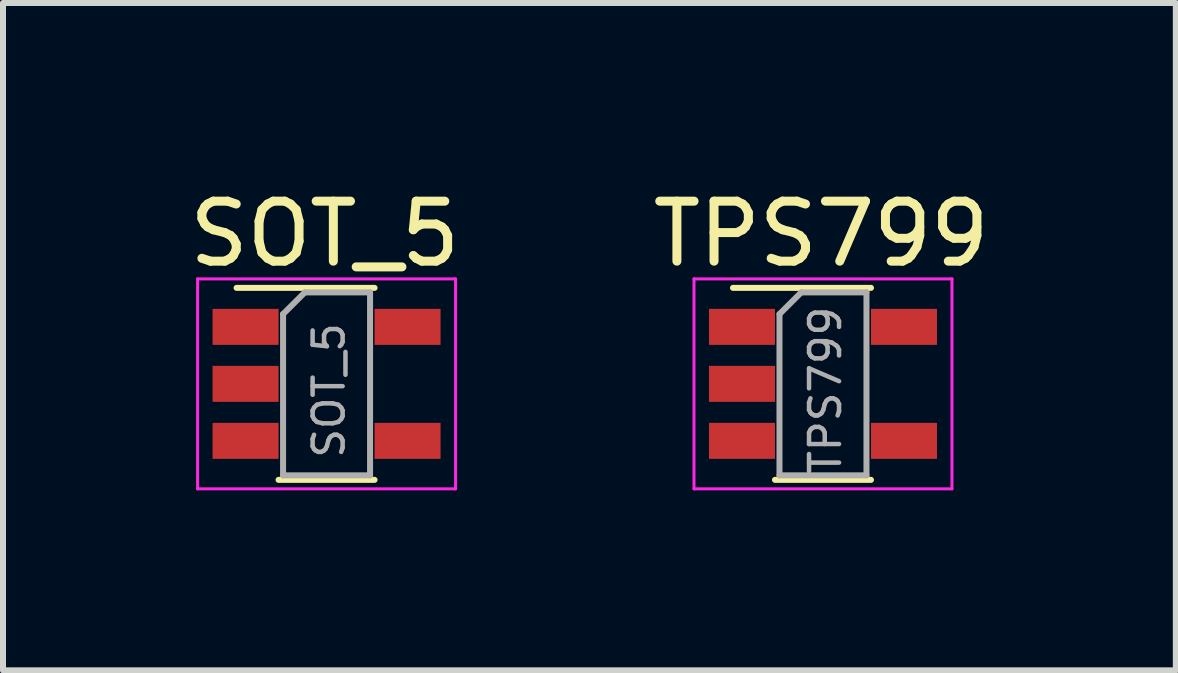
<source format=kicad_pcb>
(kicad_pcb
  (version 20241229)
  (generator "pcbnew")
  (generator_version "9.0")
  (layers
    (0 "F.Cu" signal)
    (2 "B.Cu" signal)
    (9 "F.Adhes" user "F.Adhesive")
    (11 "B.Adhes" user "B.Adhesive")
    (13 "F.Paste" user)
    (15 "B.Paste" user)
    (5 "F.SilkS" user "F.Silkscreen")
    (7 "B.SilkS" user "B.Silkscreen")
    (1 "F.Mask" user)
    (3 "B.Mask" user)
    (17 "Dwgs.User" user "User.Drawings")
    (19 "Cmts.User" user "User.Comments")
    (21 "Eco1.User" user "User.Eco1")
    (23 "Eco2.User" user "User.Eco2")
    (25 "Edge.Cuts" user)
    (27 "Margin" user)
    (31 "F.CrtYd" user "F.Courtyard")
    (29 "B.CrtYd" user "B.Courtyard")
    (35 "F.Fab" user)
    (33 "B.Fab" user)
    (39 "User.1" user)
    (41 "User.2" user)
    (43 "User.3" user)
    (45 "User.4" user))
  (footprint "SOT_5"
    (layer "F.Cu")
    (at 2.393 3.348)
    (property "Reference" "SOT_5" (at -0.03 -2.5 0) (layer "F.SilkS") (effects (font (size 1 1) (thickness 0.15))))
    (attr through_hole)
    (fp_line (start 0.8 -1.6) (end -1.5 -1.6) (stroke (width 0.1) (type solid)) (layer "F.SilkS"))
    (fp_line (start 0.8 1.6) (end -0.8 1.6) (stroke (width 0.1) (type solid)) (layer "F.SilkS"))
    (fp_line (start -2.15 -1.75) (end -2.15 1.75) (stroke (width 0.05) (type solid)) (layer "F.CrtYd"))
    (fp_line (start -2.15 -1.75) (end 2.15 -1.75) (stroke (width 0.05) (type solid)) (layer "F.CrtYd"))
    (fp_line (start -2.15 1.75) (end 2.15 1.75) (stroke (width 0.05) (type solid)) (layer "F.CrtYd"))
    (fp_line (start 2.15 -1.75) (end 2.15 1.75) (stroke (width 0.05) (type solid)) (layer "F.CrtYd"))
    (fp_line (start -0.725 -1.163) (end -0.362 -1.525) (stroke (width 0.1) (type solid)) (layer "F.Fab"))
    (fp_line (start -0.725 1.525) (end -0.725 -1.163) (stroke (width 0.1) (type solid)) (layer "F.Fab"))
    (fp_line (start -0.725 1.525) (end 0.725 1.525) (stroke (width 0.1) (type solid)) (layer "F.Fab"))
    (fp_line (start -0.362 -1.525) (end 0.725 -1.525) (stroke (width 0.1) (type solid)) (layer "F.Fab"))
    (fp_line (start 0.725 1.525) (end 0.725 -1.525) (stroke (width 0.1) (type solid)) (layer "F.Fab"))
    (fp_text user "${REFERENCE}" (at 0.04 0.11 90) (layer "F.Fab") (effects (font (size 0.5 0.5) (thickness 0.075))))
    (pad "1" smd rect (at -1.35 -0.95) (size 1.1 0.6) (layers "F.Cu" "F.Mask" "F.Paste"))
    (pad "2" smd rect (at -1.35 0) (size 1.1 0.6) (layers "F.Cu" "F.Mask" "F.Paste"))
    (pad "3" smd rect (at -1.35 0.95) (size 1.1 0.6) (layers "F.Cu" "F.Mask" "F.Paste"))
    (pad "4" smd rect (at 1.35 0.95) (size 1.1 0.6) (layers "F.Cu" "F.Mask" "F.Paste"))
    (pad "5" smd rect (at 1.35 -0.95) (size 1.1 0.6) (layers "F.Cu" "F.Mask" "F.Paste")))
  (footprint "TPS799"
    (layer "F.Cu")
    (at 10.667 3.348)
    (property "Reference" "TPS799" (at -0.03 -2.5 0) (layer "F.SilkS") (effects (font (size 1 1) (thickness 0.15))))
    (attr through_hole)
    (fp_line (start 0.8 -1.6) (end -1.5 -1.6) (stroke (width 0.1) (type solid)) (layer "F.SilkS"))
    (fp_line (start 0.8 1.6) (end -0.8 1.6) (stroke (width 0.1) (type solid)) (layer "F.SilkS"))
    (fp_line (start -2.15 -1.75) (end -2.15 1.75) (stroke (width 0.05) (type solid)) (layer "F.CrtYd"))
    (fp_line (start -2.15 -1.75) (end 2.15 -1.75) (stroke (width 0.05) (type solid)) (layer "F.CrtYd"))
    (fp_line (start -2.15 1.75) (end 2.15 1.75) (stroke (width 0.05) (type solid)) (layer "F.CrtYd"))
    (fp_line (start 2.15 -1.75) (end 2.15 1.75) (stroke (width 0.05) (type solid)) (layer "F.CrtYd"))
    (fp_line (start -0.725 -1.163) (end -0.362 -1.525) (stroke (width 0.1) (type solid)) (layer "F.Fab"))
    (fp_line (start -0.725 1.525) (end -0.725 -1.163) (stroke (width 0.1) (type solid)) (layer "F.Fab"))
    (fp_line (start -0.725 1.525) (end 0.725 1.525) (stroke (width 0.1) (type solid)) (layer "F.Fab"))
    (fp_line (start -0.362 -1.525) (end 0.725 -1.525) (stroke (width 0.1) (type solid)) (layer "F.Fab"))
    (fp_line (start 0.725 1.525) (end 0.725 -1.525) (stroke (width 0.1) (type solid)) (layer "F.Fab"))
    (fp_text user "${REFERENCE}" (at 0.04 0.11 90) (layer "F.Fab") (effects (font (size 0.5 0.5) (thickness 0.075))))
    (pad "1" smd rect (at -1.35 -0.95) (size 1.1 0.6) (layers "F.Cu" "F.Mask" "F.Paste"))
    (pad "2" smd rect (at -1.35 0) (size 1.1 0.6) (layers "F.Cu" "F.Mask" "F.Paste"))
    (pad "3" smd rect (at -1.35 0.95) (size 1.1 0.6) (layers "F.Cu" "F.Mask" "F.Paste"))
    (pad "4" smd rect (at 1.35 0.95) (size 1.1 0.6) (layers "F.Cu" "F.Mask" "F.Paste"))
    (pad "5" smd rect (at 1.35 -0.95) (size 1.1 0.6) (layers "F.Cu" "F.Mask" "F.Paste")))
  (gr_rect
    (start -3 -3)
    (end 16.548 8.123)
    (stroke (width 0.1) (type default))
    (fill no)
    (layer "Edge.Cuts")))
</source>
